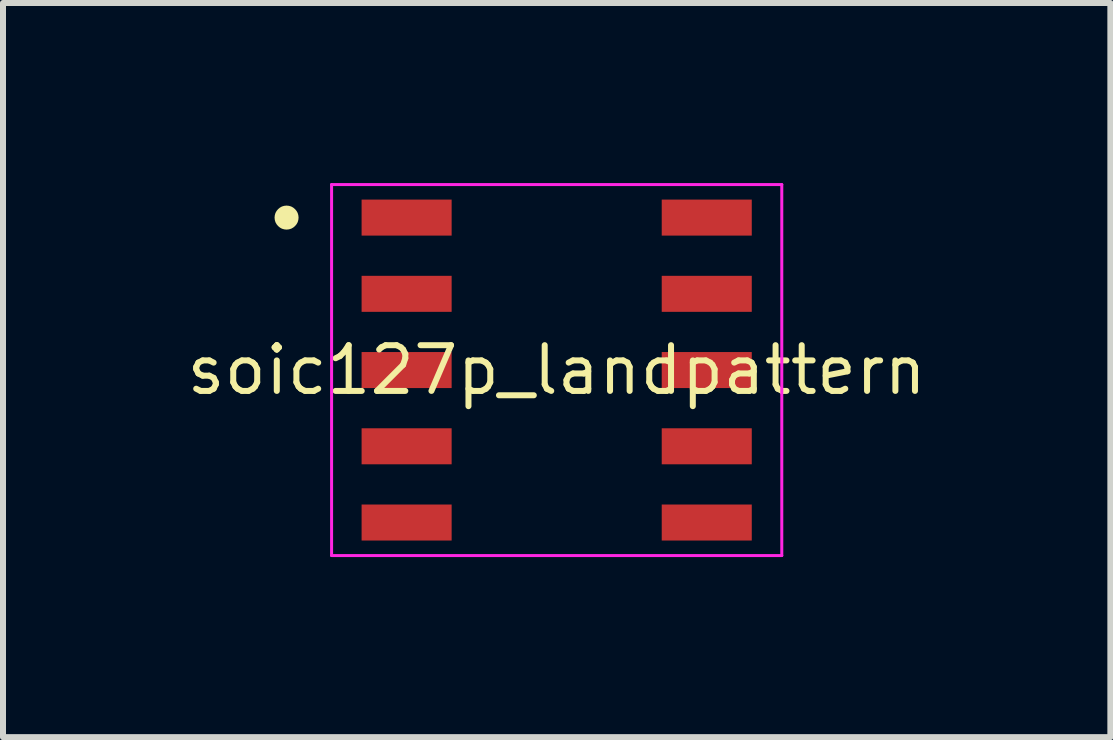
<source format=kicad_pcb>
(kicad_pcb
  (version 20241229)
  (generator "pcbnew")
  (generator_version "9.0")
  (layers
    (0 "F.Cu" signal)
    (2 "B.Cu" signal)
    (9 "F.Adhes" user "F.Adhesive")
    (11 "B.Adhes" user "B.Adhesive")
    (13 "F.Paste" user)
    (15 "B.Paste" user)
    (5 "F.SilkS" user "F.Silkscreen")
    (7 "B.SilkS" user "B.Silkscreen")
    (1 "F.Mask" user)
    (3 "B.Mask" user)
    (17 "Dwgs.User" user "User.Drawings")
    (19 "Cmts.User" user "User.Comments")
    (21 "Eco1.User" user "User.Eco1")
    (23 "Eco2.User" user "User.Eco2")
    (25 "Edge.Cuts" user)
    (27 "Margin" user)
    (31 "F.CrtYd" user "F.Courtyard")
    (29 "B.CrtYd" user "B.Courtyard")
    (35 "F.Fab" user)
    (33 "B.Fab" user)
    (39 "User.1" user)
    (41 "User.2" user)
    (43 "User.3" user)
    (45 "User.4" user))
  (footprint "soic127p_landpattern"
    (layer "F.Cu")
    (at 6.224 3.115)
    (property "Reference" "soic127p_landpattern" (at 0 0 0) (layer "F.SilkS") (effects (font (size 0.762 0.762) (thickness 0.1))))
    (attr through_hole)
    (fp_poly (pts (xy -3.4 -2.99) (xy -3.4 -2.09) (xy -1.6 -2.09) (xy -1.6 -2.99)) (stroke (width 0) (type solid)) (fill yes) (layer "F.Mask"))
    (fp_poly (pts (xy -3.4 -1.72) (xy -3.4 -0.82) (xy -1.6 -0.82) (xy -1.6 -1.72)) (stroke (width 0) (type solid)) (fill yes) (layer "F.Mask"))
    (fp_poly (pts (xy -3.4 -0.45) (xy -3.4 0.45) (xy -1.6 0.45) (xy -1.6 -0.45)) (stroke (width 0) (type solid)) (fill yes) (layer "F.Mask"))
    (fp_poly (pts (xy -3.4 0.82) (xy -3.4 1.72) (xy -1.6 1.72) (xy -1.6 0.82)) (stroke (width 0) (type solid)) (fill yes) (layer "F.Mask"))
    (fp_poly (pts (xy -3.4 2.09) (xy -3.4 2.99) (xy -1.6 2.99) (xy -1.6 2.09)) (stroke (width 0) (type solid)) (fill yes) (layer "F.Mask"))
    (fp_poly (pts (xy 3.4 -2.09) (xy 3.4 -2.99) (xy 1.6 -2.99) (xy 1.6 -2.09)) (stroke (width 0) (type solid)) (fill yes) (layer "F.Mask"))
    (fp_poly (pts (xy 3.4 -0.82) (xy 3.4 -1.72) (xy 1.6 -1.72) (xy 1.6 -0.82)) (stroke (width 0) (type solid)) (fill yes) (layer "F.Mask"))
    (fp_poly (pts (xy 3.4 0.45) (xy 3.4 -0.45) (xy 1.6 -0.45) (xy 1.6 0.45)) (stroke (width 0) (type solid)) (fill yes) (layer "F.Mask"))
    (fp_poly (pts (xy 3.4 1.72) (xy 3.4 0.82) (xy 1.6 0.82) (xy 1.6 1.72)) (stroke (width 0) (type solid)) (fill yes) (layer "F.Mask"))
    (fp_poly (pts (xy 3.4 2.99) (xy 3.4 2.09) (xy 1.6 2.09) (xy 1.6 2.99)) (stroke (width 0) (type solid)) (fill yes) (layer "F.Mask"))
    (fp_poly (pts (xy -4.3 -2.54) (xy -4.304 -2.579) (xy -4.315 -2.617) (xy -4.334 -2.651) (xy -4.359 -2.681) (xy -4.389 -2.706) (xy -4.423 -2.725) (xy -4.461 -2.736) (xy -4.5 -2.74) (xy -4.539 -2.736) (xy -4.577 -2.725) (xy -4.611 -2.706) (xy -4.641 -2.681) (xy -4.666 -2.651) (xy -4.685 -2.617) (xy -4.696 -2.579) (xy -4.7 -2.54) (xy -4.696 -2.501) (xy -4.685 -2.463) (xy -4.666 -2.429) (xy -4.641 -2.399) (xy -4.611 -2.374) (xy -4.577 -2.355) (xy -4.539 -2.344) (xy -4.5 -2.34) (xy -4.461 -2.344) (xy -4.423 -2.355) (xy -4.389 -2.374) (xy -4.359 -2.399) (xy -4.334 -2.429) (xy -4.315 -2.463) (xy -4.304 -2.501)) (stroke (width 0) (type solid)) (fill yes) (layer "F.SilkS"))
    (fp_line (start -3.75 -3.09) (end -3.75 3.09) (stroke (width 0.05) (type solid)) (layer "F.CrtYd"))
    (fp_line (start -3.75 3.09) (end 3.75 3.09) (stroke (width 0.05) (type solid)) (layer "F.CrtYd"))
    (fp_line (start 3.75 -3.09) (end -3.75 -3.09) (stroke (width 0.05) (type solid)) (layer "F.CrtYd"))
    (fp_line (start 3.75 3.09) (end 3.75 -3.09) (stroke (width 0.05) (type solid)) (layer "F.CrtYd"))
    (pad "1" smd rect (at -2.5 -2.54 270) (size 0.6 1.5) (layers "F.Cu" "F.Paste"))
    (pad "2" smd rect (at -2.5 -1.27 270) (size 0.6 1.5) (layers "F.Cu" "F.Paste"))
    (pad "3" smd rect (at -2.5 0 270) (size 0.6 1.5) (layers "F.Cu" "F.Paste"))
    (pad "4" smd rect (at -2.5 1.27 270) (size 0.6 1.5) (layers "F.Cu" "F.Paste"))
    (pad "5" smd rect (at -2.5 2.54 270) (size 0.6 1.5) (layers "F.Cu" "F.Paste"))
    (pad "6" smd rect (at 2.5 2.54 90) (size 0.6 1.5) (layers "F.Cu" "F.Paste"))
    (pad "7" smd rect (at 2.5 1.27 90) (size 0.6 1.5) (layers "F.Cu" "F.Paste"))
    (pad "8" smd rect (at 2.5 0 90) (size 0.6 1.5) (layers "F.Cu" "F.Paste"))
    (pad "9" smd rect (at 2.5 -1.27 90) (size 0.6 1.5) (layers "F.Cu" "F.Paste"))
    (pad "10" smd rect (at 2.5 -2.54 90) (size 0.6 1.5) (layers "F.Cu" "F.Paste")))
  (gr_rect
    (start -3 -3)
    (end 15.448 9.23)
    (stroke (width 0.1) (type default))
    (fill no)
    (layer "Edge.Cuts")))
</source>
